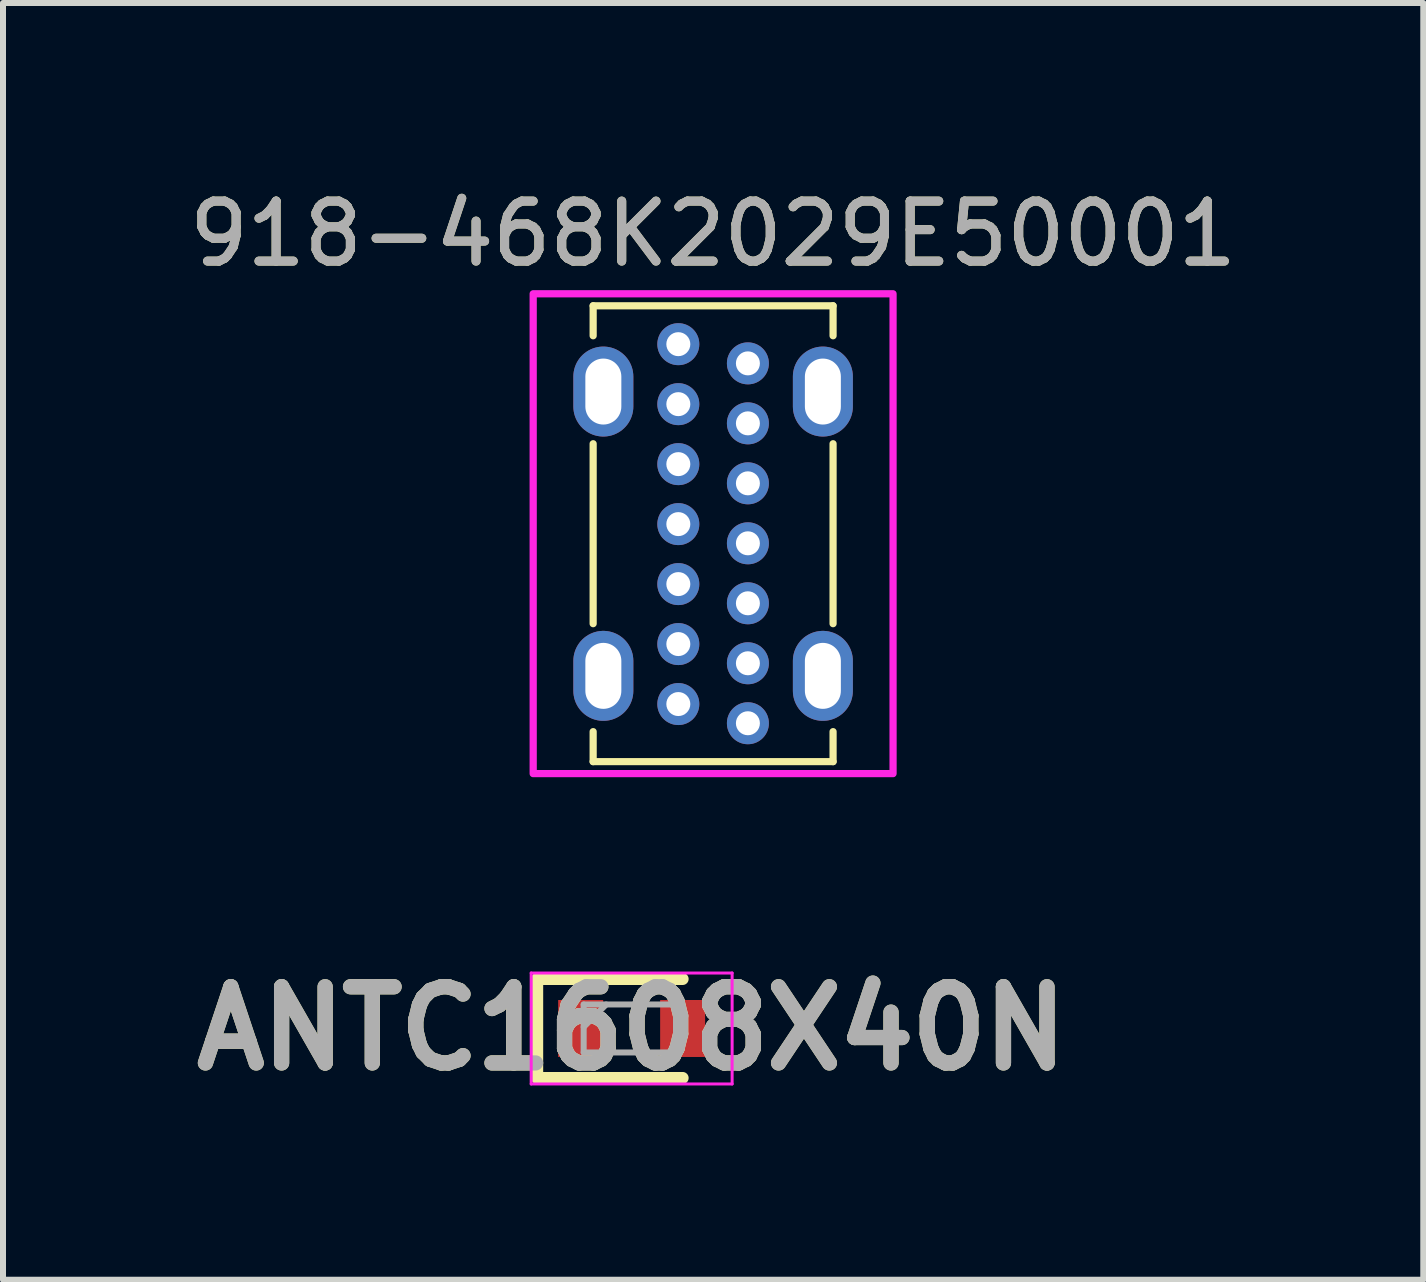
<source format=kicad_pcb>
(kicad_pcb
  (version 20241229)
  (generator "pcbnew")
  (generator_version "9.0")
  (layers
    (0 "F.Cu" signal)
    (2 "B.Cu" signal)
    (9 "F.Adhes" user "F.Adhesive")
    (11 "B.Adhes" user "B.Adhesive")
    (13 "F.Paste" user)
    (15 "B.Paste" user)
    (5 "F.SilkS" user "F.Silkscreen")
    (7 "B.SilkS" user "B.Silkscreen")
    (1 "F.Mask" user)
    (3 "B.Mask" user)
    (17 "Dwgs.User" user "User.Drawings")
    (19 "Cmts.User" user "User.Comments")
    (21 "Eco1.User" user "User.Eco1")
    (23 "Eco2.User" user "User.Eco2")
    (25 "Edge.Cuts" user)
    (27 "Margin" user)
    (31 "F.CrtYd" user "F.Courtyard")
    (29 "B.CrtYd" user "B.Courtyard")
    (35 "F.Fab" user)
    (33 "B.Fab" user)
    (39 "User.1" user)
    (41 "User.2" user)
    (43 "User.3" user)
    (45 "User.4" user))
  (footprint "918-468K2029E50001"
    (layer "F.Cu")
    (at 8.839 5.848)
    (property "Reference" "918-468K2029E50001" (at 0 -5 0) (unlocked yes) (layer "F.SilkS") (effects (font (size 1 1) (thickness 0.15))))
    (attr smd)
    (fp_line (start -2 -3.8) (end 2 -3.8) (stroke (width 0.12) (type solid)) (layer "F.SilkS"))
    (fp_line (start -2 -3.3) (end -2 -3.8) (stroke (width 0.12) (type solid)) (layer "F.SilkS"))
    (fp_line (start -2 -1.5) (end -2 1.5) (stroke (width 0.12) (type solid)) (layer "F.SilkS"))
    (fp_line (start -2 3.8) (end -2 3.3) (stroke (width 0.12) (type solid)) (layer "F.SilkS"))
    (fp_line (start 2 -3.8) (end 2 -3.3) (stroke (width 0.12) (type solid)) (layer "F.SilkS"))
    (fp_line (start 2 -1.5) (end 2 1.5) (stroke (width 0.12) (type solid)) (layer "F.SilkS"))
    (fp_line (start 2 3.3) (end 2 3.8) (stroke (width 0.12) (type solid)) (layer "F.SilkS"))
    (fp_line (start 2 3.8) (end -2 3.8) (stroke (width 0.12) (type solid)) (layer "F.SilkS"))
    (fp_rect (start -3 -4) (end 3 4) (stroke (width 0.12) (type solid)) (fill no) (layer "F.CrtYd"))
    (fp_rect (start -3 -4) (end 3 4) (stroke (width 0.1) (type solid)) (fill no) (layer "F.Fab"))
    (fp_text user "${REFERENCE}" (at 0 -5 0) (unlocked yes) (layer "F.Fab") (effects (font (size 1 1) (thickness 0.15))))
    (pad "A1" thru_hole circle (at 0.58 -2.84) (size 0.7 0.7) (drill 0.4) (layers "*.Cu" "*.Mask"))
    (pad "A4" thru_hole circle (at 0.58 -1.84) (size 0.7 0.7) (drill 0.4) (layers "*.Cu" "*.Mask"))
    (pad "A5" thru_hole circle (at 0.58 -0.84) (size 0.7 0.7) (drill 0.4) (layers "*.Cu" "*.Mask"))
    (pad "A6" thru_hole circle (at 0.58 0.16) (size 0.7 0.7) (drill 0.4) (layers "*.Cu" "*.Mask"))
    (pad "A7" thru_hole circle (at 0.58 1.16) (size 0.7 0.7) (drill 0.4) (layers "*.Cu" "*.Mask"))
    (pad "A9" thru_hole circle (at 0.58 2.16) (size 0.7 0.7) (drill 0.4) (layers "*.Cu" "*.Mask"))
    (pad "A12" thru_hole circle (at 0.58 3.16) (size 0.7 0.7) (drill 0.4) (layers "*.Cu" "*.Mask"))
    (pad "B1" thru_hole circle (at -0.58 2.84) (size 0.7 0.7) (drill 0.4) (layers "*.Cu" "*.Mask"))
    (pad "B4" thru_hole circle (at -0.58 1.84) (size 0.7 0.7) (drill 0.4) (layers "*.Cu" "*.Mask"))
    (pad "B5" thru_hole circle (at -0.58 0.84) (size 0.7 0.7) (drill 0.4) (layers "*.Cu" "*.Mask"))
    (pad "B6" thru_hole circle (at -0.58 -0.16) (size 0.7 0.7) (drill 0.4) (layers "*.Cu" "*.Mask"))
    (pad "B7" thru_hole circle (at -0.58 -1.16) (size 0.7 0.7) (drill 0.4) (layers "*.Cu" "*.Mask"))
    (pad "B9" thru_hole circle (at -0.58 -2.16) (size 0.7 0.7) (drill 0.4) (layers "*.Cu" "*.Mask"))
    (pad "B12" thru_hole circle (at -0.58 -3.16) (size 0.7 0.7) (drill 0.4) (layers "*.Cu" "*.Mask"))
    (pad "MH1" thru_hole oval (at -1.83 -2.37) (size 1 1.5) (drill oval 0.6 1.1) (layers "*.Cu" "*.Mask"))
    (pad "MH1" thru_hole oval (at 1.83 -2.37) (size 1 1.5) (drill oval 0.6 1.1) (layers "*.Cu" "*.Mask"))
    (pad "MH2" thru_hole oval (at -1.83 2.37) (size 1 1.5) (drill oval 0.6 1.1) (layers "*.Cu" "*.Mask"))
    (pad "MH2" thru_hole oval (at 1.83 2.37) (size 1 1.5) (drill oval 0.6 1.1) (layers "*.Cu" "*.Mask")))
  (footprint "ANTC1608X40N"
    (layer "F.Cu")
    (at 7.481 14.097)
    (property "Reference" "ANTC1608X40N" (at 0 0 0) (layer "F.SilkS") (effects (font (size 1.27 1.27) (thickness 0.254))))
    (attr smd)
    (fp_line (start -1.575 -0.825) (end -1.575 0.825) (stroke (width 0.2) (type solid)) (layer "F.SilkS"))
    (fp_line (start -1.575 0.825) (end 0.85 0.825) (stroke (width 0.2) (type solid)) (layer "F.SilkS"))
    (fp_line (start 0.85 -0.825) (end -1.575 -0.825) (stroke (width 0.2) (type solid)) (layer "F.SilkS"))
    (fp_line (start -1.675 -0.925) (end 1.675 -0.925) (stroke (width 0.05) (type solid)) (layer "F.CrtYd"))
    (fp_line (start -1.675 0.925) (end -1.675 -0.925) (stroke (width 0.05) (type solid)) (layer "F.CrtYd"))
    (fp_line (start 1.675 -0.925) (end 1.675 0.925) (stroke (width 0.05) (type solid)) (layer "F.CrtYd"))
    (fp_line (start 1.675 0.925) (end -1.675 0.925) (stroke (width 0.05) (type solid)) (layer "F.CrtYd"))
    (fp_line (start -0.8 -0.4) (end 0.8 -0.4) (stroke (width 0.1) (type solid)) (layer "F.Fab"))
    (fp_line (start -0.8 -0.025) (end -0.425 -0.4) (stroke (width 0.1) (type solid)) (layer "F.Fab"))
    (fp_line (start -0.8 0.4) (end -0.8 -0.4) (stroke (width 0.1) (type solid)) (layer "F.Fab"))
    (fp_line (start 0.8 -0.4) (end 0.8 0.4) (stroke (width 0.1) (type solid)) (layer "F.Fab"))
    (fp_line (start 0.8 0.4) (end -0.8 0.4) (stroke (width 0.1) (type solid)) (layer "F.Fab"))
    (fp_text user "${REFERENCE}" (at 0 0 0) (layer "F.Fab") (effects (font (size 1.27 1.27) (thickness 0.254))))
    (pad "1" smd rect (at -0.85 0) (size 0.75 0.95) (layers "F.Cu" "F.Mask" "F.Paste"))
    (pad "2" smd rect (at 0.85 0) (size 0.75 0.95) (layers "F.Cu" "F.Mask" "F.Paste")))
  (gr_rect
    (start -3 -3)
    (end 20.679 18.286)
    (stroke (width 0.1) (type default))
    (fill no)
    (layer "Edge.Cuts")))
</source>
